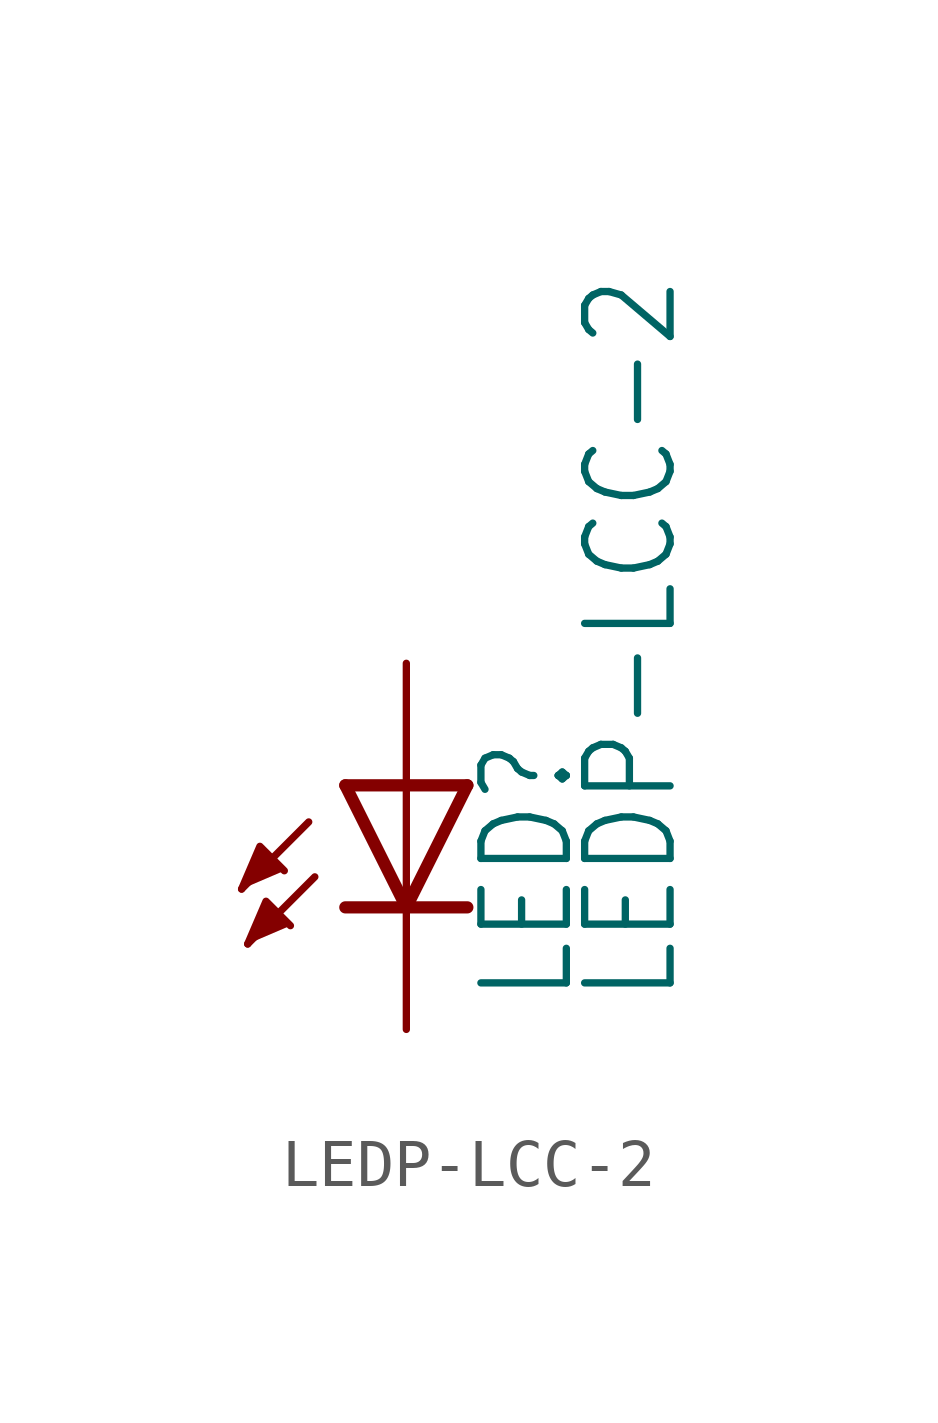
<source format=kicad_sym>
(kicad_symbol_lib
  (version 20220331)
  (generator kicad_symbol_editor)
  (symbol "LEDP-LCC-2"
    (property "Reference" "LED"
      (at 3.556 -4.572 90)
      (effects (font (size 1.778 1.511)) (justify left bottom)))
    (property "Value" "LEDP-LCC-2"
      (at 5.715 -4.572 90)
      (effects (font (size 1.778 1.511)) (justify left bottom)))
    (property "ki_locked" ""
      (at 0 0 0)
      (effects (font (size 1.27 1.27))))
    (symbol "LEDP-LCC-2_1_0"
      (polyline (pts (xy -2.032 -0.762) (xy -3.429 -2.159)) (stroke (width 0.152) (type solid)) (fill (type none)))
      (polyline (pts (xy -1.905 -1.905) (xy -3.302 -3.302)) (stroke (width 0.152) (type solid)) (fill (type none)))
      (polyline (pts (xy 0 -2.54) (xy -1.27 -2.54)) (stroke (width 0.254) (type solid)) (fill (type none)))
      (polyline (pts (xy 0 -2.54) (xy -1.27 0)) (stroke (width 0.254) (type solid)) (fill (type none)))
      (polyline (pts (xy 0 0) (xy -1.27 0)) (stroke (width 0.254) (type solid)) (fill (type none)))
      (polyline (pts (xy 0 0) (xy 0 -2.54)) (stroke (width 0.152) (type solid)) (fill (type none)))
      (polyline (pts (xy 1.27 -2.54) (xy 0 -2.54)) (stroke (width 0.254) (type solid)) (fill (type none)))
      (polyline (pts (xy 1.27 0) (xy 0 -2.54)) (stroke (width 0.254) (type solid)) (fill (type none)))
      (polyline (pts (xy 1.27 0) (xy 0 0)) (stroke (width 0.254) (type solid)) (fill (type none)))
      (polyline (pts (xy -3.429 -2.159) (xy -3.048 -1.27) (xy -2.54 -1.778)) (stroke (width 0) (type default)) (fill (type outline)))
      (polyline (pts (xy -3.302 -3.302) (xy -2.921 -2.413) (xy -2.413 -2.921)) (stroke (width 0) (type default)) (fill (type outline)))
      (pin passive line (at 0 2.54 270) (length 2.54) (name "A" (effects (font (size 0 0)))) (number "A" (effects (font (size 0 0)))))
      (pin passive line (at 0 -5.08 90) (length 2.54) (name "C" (effects (font (size 0 0)))) (number "C" (effects (font (size 0 0))))))))
</source>
